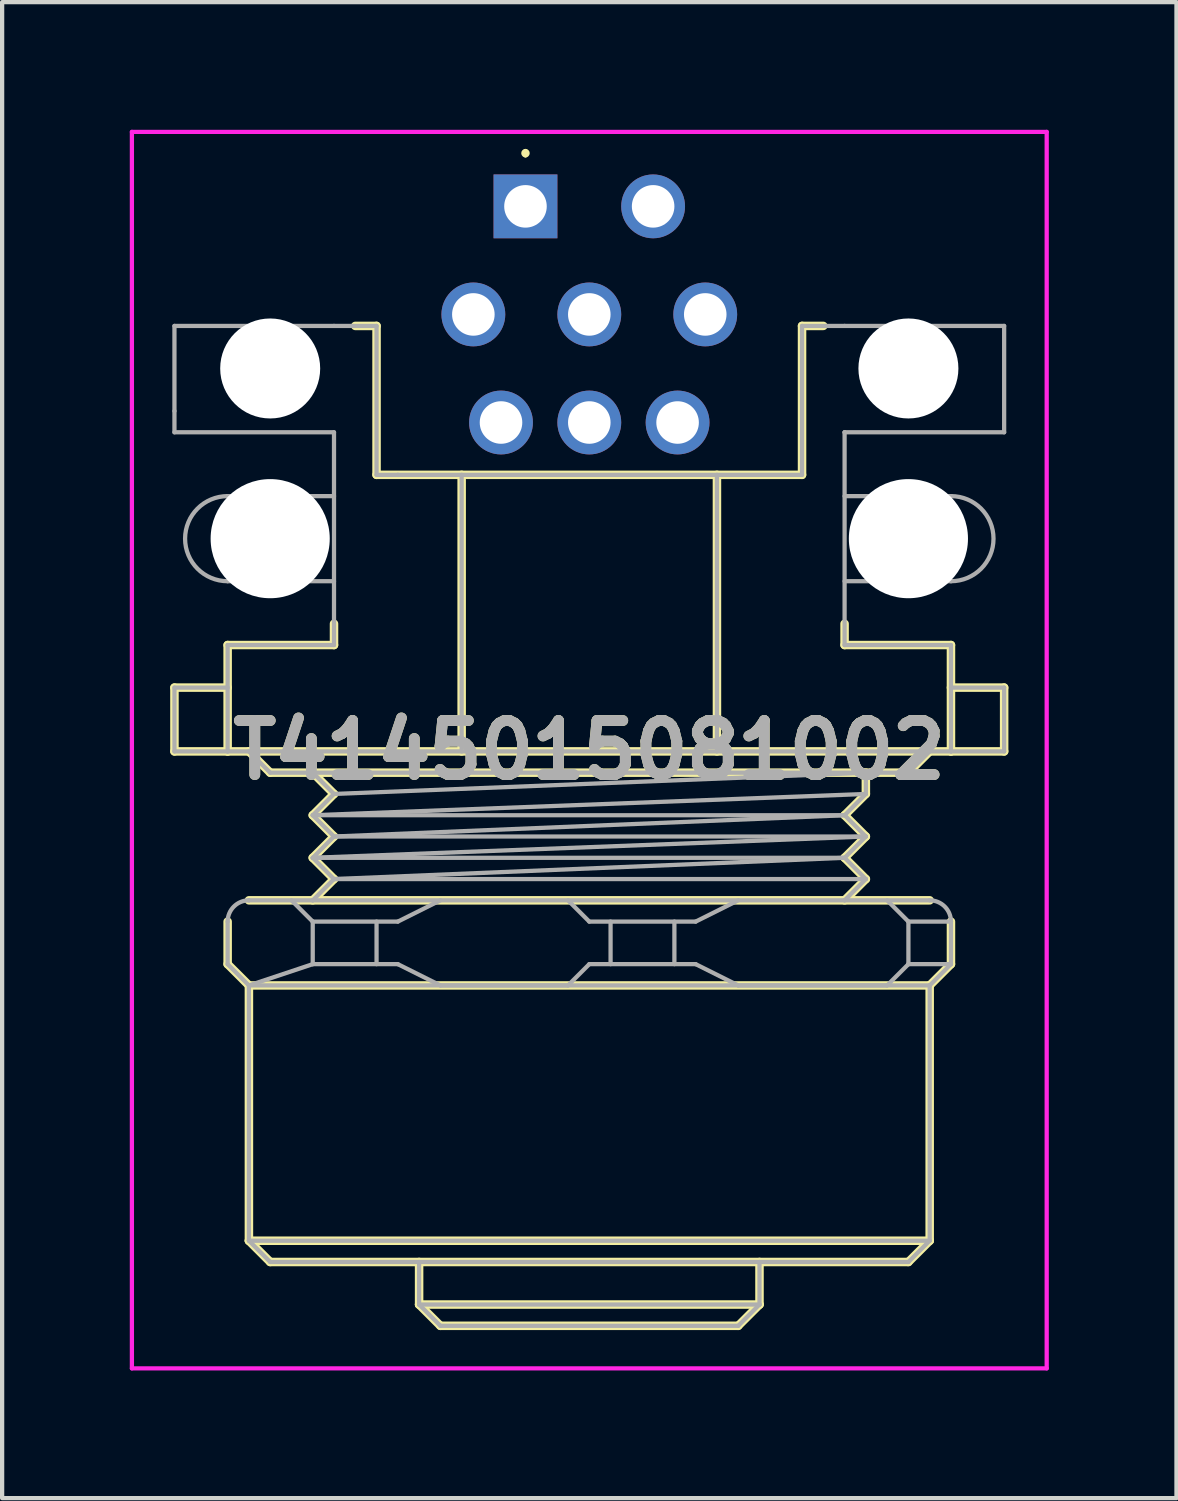
<source format=kicad_pcb>
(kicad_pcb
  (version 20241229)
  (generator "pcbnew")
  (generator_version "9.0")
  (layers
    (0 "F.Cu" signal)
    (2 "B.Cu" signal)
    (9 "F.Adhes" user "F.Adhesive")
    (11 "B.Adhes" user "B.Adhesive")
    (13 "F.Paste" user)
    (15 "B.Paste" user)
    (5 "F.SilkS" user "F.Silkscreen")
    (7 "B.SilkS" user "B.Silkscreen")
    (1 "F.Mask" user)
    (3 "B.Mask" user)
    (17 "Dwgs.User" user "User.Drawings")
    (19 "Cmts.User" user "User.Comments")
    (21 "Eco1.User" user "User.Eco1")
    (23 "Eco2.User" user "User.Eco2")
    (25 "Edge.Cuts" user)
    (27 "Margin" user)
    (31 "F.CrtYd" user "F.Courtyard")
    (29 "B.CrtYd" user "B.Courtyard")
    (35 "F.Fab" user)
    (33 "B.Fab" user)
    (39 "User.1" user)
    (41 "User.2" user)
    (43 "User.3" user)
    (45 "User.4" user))
  (footprint "T4145015081002"
    (layer "F.Cu")
    (at 9.3 1.8)
    (property "Reference" "T4145015081002" (at 1.5 12.78 0) (layer "F.SilkS") (effects (font (size 1.27 1.27) (thickness 0.254))))
    (attr through_hole)
    (fp_line (start -8.25 11.31) (end -8.25 12.81) (stroke (width 0.2) (type solid)) (layer "F.SilkS"))
    (fp_line (start -8.25 12.81) (end -7 12.81) (stroke (width 0.2) (type solid)) (layer "F.SilkS"))
    (fp_line (start -7 10.31) (end -4.5 10.31) (stroke (width 0.2) (type solid)) (layer "F.SilkS"))
    (fp_line (start -7 11.31) (end -8.25 11.31) (stroke (width 0.2) (type solid)) (layer "F.SilkS"))
    (fp_line (start -7 12.81) (end -7 10.31) (stroke (width 0.2) (type solid)) (layer "F.SilkS"))
    (fp_line (start -7 16.81) (end -7 17.81) (stroke (width 0.2) (type solid)) (layer "F.SilkS"))
    (fp_line (start -7 17.81) (end -6.5 18.31) (stroke (width 0.2) (type solid)) (layer "F.SilkS"))
    (fp_line (start -6.5 12.81) (end -6 13.31) (stroke (width 0.2) (type solid)) (layer "F.SilkS"))
    (fp_line (start -6.5 16.31) (end 9.5 16.31) (stroke (width 0.2) (type solid)) (layer "F.SilkS"))
    (fp_line (start -6.5 18.31) (end -6.5 24.31) (stroke (width 0.2) (type solid)) (layer "F.SilkS"))
    (fp_line (start -6.5 18.31) (end 9.5 18.31) (stroke (width 0.2) (type solid)) (layer "F.SilkS"))
    (fp_line (start -6.5 24.31) (end -6 24.81) (stroke (width 0.2) (type solid)) (layer "F.SilkS"))
    (fp_line (start -6.5 24.31) (end 9.5 24.31) (stroke (width 0.2) (type solid)) (layer "F.SilkS"))
    (fp_line (start -6 13.31) (end 9 13.31) (stroke (width 0.2) (type solid)) (layer "F.SilkS"))
    (fp_line (start -6 24.81) (end 9 24.81) (stroke (width 0.2) (type solid)) (layer "F.SilkS"))
    (fp_line (start -5 13.31) (end -4.5 13.81) (stroke (width 0.2) (type solid)) (layer "F.SilkS"))
    (fp_line (start -5 14.31) (end -4.5 14.81) (stroke (width 0.2) (type solid)) (layer "F.SilkS"))
    (fp_line (start -5 15.31) (end -4.5 15.81) (stroke (width 0.2) (type solid)) (layer "F.SilkS"))
    (fp_line (start -4.5 10.31) (end -4.5 9.81) (stroke (width 0.2) (type solid)) (layer "F.SilkS"))
    (fp_line (start -4.5 13.81) (end -5 14.31) (stroke (width 0.2) (type solid)) (layer "F.SilkS"))
    (fp_line (start -4.5 14.81) (end -5 15.31) (stroke (width 0.2) (type solid)) (layer "F.SilkS"))
    (fp_line (start -4.5 15.81) (end -5 16.31) (stroke (width 0.2) (type solid)) (layer "F.SilkS"))
    (fp_line (start -4 2.81) (end -3.5 2.81) (stroke (width 0.2) (type solid)) (layer "F.SilkS"))
    (fp_line (start -3.5 2.81) (end -3.5 6.31) (stroke (width 0.2) (type solid)) (layer "F.SilkS"))
    (fp_line (start -3.5 6.31) (end 6.5 6.31) (stroke (width 0.2) (type solid)) (layer "F.SilkS"))
    (fp_line (start -2.5 24.81) (end -2.5 25.81) (stroke (width 0.2) (type solid)) (layer "F.SilkS"))
    (fp_line (start -2.5 25.81) (end -2 26.31) (stroke (width 0.2) (type solid)) (layer "F.SilkS"))
    (fp_line (start -2.5 25.81) (end 5.5 25.81) (stroke (width 0.2) (type solid)) (layer "F.SilkS"))
    (fp_line (start -2 26.31) (end 5 26.31) (stroke (width 0.2) (type solid)) (layer "F.SilkS"))
    (fp_line (start -1.5 6.31) (end -1.5 12.81) (stroke (width 0.2) (type solid)) (layer "F.SilkS"))
    (fp_line (start 0 -1.3) (end 0 -1.3) (stroke (width 0.1) (type solid)) (layer "F.SilkS"))
    (fp_line (start 0 -1.2) (end 0 -1.2) (stroke (width 0.1) (type solid)) (layer "F.SilkS"))
    (fp_line (start 4.5 6.31) (end 4.5 12.81) (stroke (width 0.2) (type solid)) (layer "F.SilkS"))
    (fp_line (start 5 26.31) (end 5.5 25.81) (stroke (width 0.2) (type solid)) (layer "F.SilkS"))
    (fp_line (start 5.5 25.81) (end 5.5 24.81) (stroke (width 0.2) (type solid)) (layer "F.SilkS"))
    (fp_line (start 6.5 2.81) (end 7 2.81) (stroke (width 0.2) (type solid)) (layer "F.SilkS"))
    (fp_line (start 6.5 6.31) (end 6.5 2.81) (stroke (width 0.2) (type solid)) (layer "F.SilkS"))
    (fp_line (start 7.5 9.81) (end 7.5 10.31) (stroke (width 0.2) (type solid)) (layer "F.SilkS"))
    (fp_line (start 7.5 10.31) (end 10 10.31) (stroke (width 0.2) (type solid)) (layer "F.SilkS"))
    (fp_line (start 7.5 14.31) (end 8 14.81) (stroke (width 0.2) (type solid)) (layer "F.SilkS"))
    (fp_line (start 7.5 15.31) (end 8 15.81) (stroke (width 0.2) (type solid)) (layer "F.SilkS"))
    (fp_line (start 8 13.31) (end 8 13.81) (stroke (width 0.2) (type solid)) (layer "F.SilkS"))
    (fp_line (start 8 13.81) (end 7.5 14.31) (stroke (width 0.2) (type solid)) (layer "F.SilkS"))
    (fp_line (start 8 14.81) (end 7.5 15.31) (stroke (width 0.2) (type solid)) (layer "F.SilkS"))
    (fp_line (start 8 15.81) (end 7.5 16.31) (stroke (width 0.2) (type solid)) (layer "F.SilkS"))
    (fp_line (start 9 13.31) (end 9.5 12.81) (stroke (width 0.2) (type solid)) (layer "F.SilkS"))
    (fp_line (start 9 24.81) (end 9.5 24.31) (stroke (width 0.2) (type solid)) (layer "F.SilkS"))
    (fp_line (start 9.5 18.31) (end 10 17.81) (stroke (width 0.2) (type solid)) (layer "F.SilkS"))
    (fp_line (start 9.5 24.31) (end 9.5 18.31) (stroke (width 0.2) (type solid)) (layer "F.SilkS"))
    (fp_line (start 10 10.31) (end 10 12.81) (stroke (width 0.2) (type solid)) (layer "F.SilkS"))
    (fp_line (start 10 11.31) (end 11.25 11.31) (stroke (width 0.2) (type solid)) (layer "F.SilkS"))
    (fp_line (start 10 12.81) (end -7 12.81) (stroke (width 0.2) (type solid)) (layer "F.SilkS"))
    (fp_line (start 10 17.81) (end 10 16.81) (stroke (width 0.2) (type solid)) (layer "F.SilkS"))
    (fp_line (start 11.25 11.31) (end 11.25 12.81) (stroke (width 0.2) (type solid)) (layer "F.SilkS"))
    (fp_line (start 11.25 12.81) (end 10 12.81) (stroke (width 0.2) (type solid)) (layer "F.SilkS"))
    (fp_arc (start 0 -1.3) (mid 0.05 -1.25) (end 0 -1.2) (stroke (width 0.1) (type solid)) (layer "F.SilkS"))
    (fp_arc (start 0 -1.2) (mid -0.05 -1.25) (end 0 -1.3) (stroke (width 0.1) (type solid)) (layer "F.SilkS"))
    (fp_line (start -9.25 -1.75) (end 12.25 -1.75) (stroke (width 0.1) (type solid)) (layer "F.CrtYd"))
    (fp_line (start -9.25 27.31) (end -9.25 -1.75) (stroke (width 0.1) (type solid)) (layer "F.CrtYd"))
    (fp_line (start 12.25 -1.75) (end 12.25 27.31) (stroke (width 0.1) (type solid)) (layer "F.CrtYd"))
    (fp_line (start 12.25 27.31) (end -9.25 27.31) (stroke (width 0.1) (type solid)) (layer "F.CrtYd"))
    (fp_line (start -8.25 2.81) (end -8.25 4.81) (stroke (width 0.1) (type solid)) (layer "F.Fab"))
    (fp_line (start -8.25 4.81) (end -8.25 5.31) (stroke (width 0.1) (type solid)) (layer "F.Fab"))
    (fp_line (start -8.25 5.31) (end -4.5 5.31) (stroke (width 0.1) (type solid)) (layer "F.Fab"))
    (fp_line (start -8.25 11.31) (end -8.25 12.81) (stroke (width 0.1) (type solid)) (layer "F.Fab"))
    (fp_line (start -8.25 12.81) (end -7 12.81) (stroke (width 0.1) (type solid)) (layer "F.Fab"))
    (fp_line (start -7 6.81) (end -7 6.81) (stroke (width 0.1) (type solid)) (layer "F.Fab"))
    (fp_line (start -7 8.81) (end -4.5 8.81) (stroke (width 0.1) (type solid)) (layer "F.Fab"))
    (fp_line (start -7 10.31) (end -7 12.81) (stroke (width 0.1) (type solid)) (layer "F.Fab"))
    (fp_line (start -7 11.31) (end -8.25 11.31) (stroke (width 0.1) (type solid)) (layer "F.Fab"))
    (fp_line (start -7 12.81) (end 10 12.81) (stroke (width 0.1) (type solid)) (layer "F.Fab"))
    (fp_line (start -7 16.81) (end -7 17.81) (stroke (width 0.1) (type solid)) (layer "F.Fab"))
    (fp_line (start -7 17.81) (end -6.5 18.31) (stroke (width 0.1) (type solid)) (layer "F.Fab"))
    (fp_line (start -6.5 12.81) (end -6 13.31) (stroke (width 0.1) (type solid)) (layer "F.Fab"))
    (fp_line (start -6.5 16.31) (end -6.5 16.31) (stroke (width 0.1) (type solid)) (layer "F.Fab"))
    (fp_line (start -6.5 18.31) (end -6.5 24.31) (stroke (width 0.1) (type solid)) (layer "F.Fab"))
    (fp_line (start -6.5 18.31) (end 9.5 18.31) (stroke (width 0.1) (type solid)) (layer "F.Fab"))
    (fp_line (start -6.5 24.31) (end -6 24.81) (stroke (width 0.1) (type solid)) (layer "F.Fab"))
    (fp_line (start -6.5 24.31) (end 9.5 24.31) (stroke (width 0.1) (type solid)) (layer "F.Fab"))
    (fp_line (start -6 13.31) (end 9 13.31) (stroke (width 0.1) (type solid)) (layer "F.Fab"))
    (fp_line (start -6 24.81) (end 9 24.81) (stroke (width 0.1) (type solid)) (layer "F.Fab"))
    (fp_line (start -5.5 16.31) (end -5 16.81) (stroke (width 0.1) (type solid)) (layer "F.Fab"))
    (fp_line (start -5 13.31) (end -4.5 13.81) (stroke (width 0.1) (type solid)) (layer "F.Fab"))
    (fp_line (start -5 14.31) (end -4.5 14.81) (stroke (width 0.1) (type solid)) (layer "F.Fab"))
    (fp_line (start -5 14.31) (end 7.5 14.31) (stroke (width 0.1) (type solid)) (layer "F.Fab"))
    (fp_line (start -5 15.31) (end -4.5 15.81) (stroke (width 0.1) (type solid)) (layer "F.Fab"))
    (fp_line (start -5 15.31) (end 7.5 15.31) (stroke (width 0.1) (type solid)) (layer "F.Fab"))
    (fp_line (start -5 16.31) (end -6.5 16.31) (stroke (width 0.1) (type solid)) (layer "F.Fab"))
    (fp_line (start -5 16.31) (end 7.5 16.31) (stroke (width 0.1) (type solid)) (layer "F.Fab"))
    (fp_line (start -5 16.81) (end -3 16.81) (stroke (width 0.1) (type solid)) (layer "F.Fab"))
    (fp_line (start -5 17.81) (end -6.5 18.31) (stroke (width 0.1) (type solid)) (layer "F.Fab"))
    (fp_line (start -5 17.81) (end -5 16.81) (stroke (width 0.1) (type solid)) (layer "F.Fab"))
    (fp_line (start -4.5 2.81) (end -8.25 2.81) (stroke (width 0.1) (type solid)) (layer "F.Fab"))
    (fp_line (start -4.5 5.31) (end -4.5 10.31) (stroke (width 0.1) (type solid)) (layer "F.Fab"))
    (fp_line (start -4.5 6.81) (end -7 6.81) (stroke (width 0.1) (type solid)) (layer "F.Fab"))
    (fp_line (start -4.5 10.31) (end -7 10.31) (stroke (width 0.1) (type solid)) (layer "F.Fab"))
    (fp_line (start -4.5 13.81) (end -5 14.31) (stroke (width 0.1) (type solid)) (layer "F.Fab"))
    (fp_line (start -4.5 13.81) (end 8 13.31) (stroke (width 0.1) (type solid)) (layer "F.Fab"))
    (fp_line (start -4.5 14.81) (end -5 15.31) (stroke (width 0.1) (type solid)) (layer "F.Fab"))
    (fp_line (start -4.5 14.81) (end 8 14.81) (stroke (width 0.1) (type solid)) (layer "F.Fab"))
    (fp_line (start -4.5 15.81) (end -5 16.31) (stroke (width 0.1) (type solid)) (layer "F.Fab"))
    (fp_line (start -4.5 15.81) (end 8 15.81) (stroke (width 0.1) (type solid)) (layer "F.Fab"))
    (fp_line (start -3.5 2.81) (end -4.5 2.81) (stroke (width 0.1) (type solid)) (layer "F.Fab"))
    (fp_line (start -3.5 6.31) (end -3.5 2.81) (stroke (width 0.1) (type solid)) (layer "F.Fab"))
    (fp_line (start -3.5 17.81) (end -3.5 16.81) (stroke (width 0.1) (type solid)) (layer "F.Fab"))
    (fp_line (start -3 6.31) (end -3.5 6.31) (stroke (width 0.1) (type solid)) (layer "F.Fab"))
    (fp_line (start -3 16.81) (end -2 16.31) (stroke (width 0.1) (type solid)) (layer "F.Fab"))
    (fp_line (start -3 17.81) (end -5 17.81) (stroke (width 0.1) (type solid)) (layer "F.Fab"))
    (fp_line (start -2.5 24.81) (end -2.5 25.81) (stroke (width 0.1) (type solid)) (layer "F.Fab"))
    (fp_line (start -2.5 25.81) (end -2 26.31) (stroke (width 0.1) (type solid)) (layer "F.Fab"))
    (fp_line (start -2.5 25.81) (end 5.5 25.81) (stroke (width 0.1) (type solid)) (layer "F.Fab"))
    (fp_line (start -2 18.31) (end -3 17.81) (stroke (width 0.1) (type solid)) (layer "F.Fab"))
    (fp_line (start -2 26.31) (end 5 26.31) (stroke (width 0.1) (type solid)) (layer "F.Fab"))
    (fp_line (start -1.5 6.31) (end -1.5 12.81) (stroke (width 0.1) (type solid)) (layer "F.Fab"))
    (fp_line (start 1 16.31) (end 1.5 16.81) (stroke (width 0.1) (type solid)) (layer "F.Fab"))
    (fp_line (start 1 18.31) (end -2 18.31) (stroke (width 0.1) (type solid)) (layer "F.Fab"))
    (fp_line (start 1.5 16.81) (end 4 16.81) (stroke (width 0.1) (type solid)) (layer "F.Fab"))
    (fp_line (start 1.5 17.81) (end 1 18.31) (stroke (width 0.1) (type solid)) (layer "F.Fab"))
    (fp_line (start 2 17.81) (end 2 16.81) (stroke (width 0.1) (type solid)) (layer "F.Fab"))
    (fp_line (start 3.5 17.81) (end 3.5 16.81) (stroke (width 0.1) (type solid)) (layer "F.Fab"))
    (fp_line (start 4 16.81) (end 5 16.31) (stroke (width 0.1) (type solid)) (layer "F.Fab"))
    (fp_line (start 4 17.81) (end 1.5 17.81) (stroke (width 0.1) (type solid)) (layer "F.Fab"))
    (fp_line (start 4.5 6.31) (end 4.5 12.81) (stroke (width 0.1) (type solid)) (layer "F.Fab"))
    (fp_line (start 5 18.31) (end 4 17.81) (stroke (width 0.1) (type solid)) (layer "F.Fab"))
    (fp_line (start 5 26.31) (end 5.5 25.81) (stroke (width 0.1) (type solid)) (layer "F.Fab"))
    (fp_line (start 5.5 25.81) (end 5.5 24.81) (stroke (width 0.1) (type solid)) (layer "F.Fab"))
    (fp_line (start 5.5 25.81) (end 5.5 25.81) (stroke (width 0.1) (type solid)) (layer "F.Fab"))
    (fp_line (start 6.5 2.81) (end 6.5 6.31) (stroke (width 0.1) (type solid)) (layer "F.Fab"))
    (fp_line (start 6.5 6.31) (end -3 6.31) (stroke (width 0.1) (type solid)) (layer "F.Fab"))
    (fp_line (start 7.5 2.81) (end 6.5 2.81) (stroke (width 0.1) (type solid)) (layer "F.Fab"))
    (fp_line (start 7.5 5.31) (end 7.5 5.31) (stroke (width 0.1) (type solid)) (layer "F.Fab"))
    (fp_line (start 7.5 5.31) (end 11.25 5.31) (stroke (width 0.1) (type solid)) (layer "F.Fab"))
    (fp_line (start 7.5 6.81) (end 10 6.81) (stroke (width 0.1) (type solid)) (layer "F.Fab"))
    (fp_line (start 7.5 10.31) (end 7.5 5.31) (stroke (width 0.1) (type solid)) (layer "F.Fab"))
    (fp_line (start 7.5 14.31) (end -4.5 14.81) (stroke (width 0.1) (type solid)) (layer "F.Fab"))
    (fp_line (start 7.5 14.31) (end 8 14.81) (stroke (width 0.1) (type solid)) (layer "F.Fab"))
    (fp_line (start 7.5 15.31) (end -4.5 15.81) (stroke (width 0.1) (type solid)) (layer "F.Fab"))
    (fp_line (start 7.5 15.31) (end 8 15.81) (stroke (width 0.1) (type solid)) (layer "F.Fab"))
    (fp_line (start 8 13.31) (end 8 13.81) (stroke (width 0.1) (type solid)) (layer "F.Fab"))
    (fp_line (start 8 13.81) (end -5 14.31) (stroke (width 0.1) (type solid)) (layer "F.Fab"))
    (fp_line (start 8 13.81) (end 7.5 14.31) (stroke (width 0.1) (type solid)) (layer "F.Fab"))
    (fp_line (start 8 14.81) (end -5 15.31) (stroke (width 0.1) (type solid)) (layer "F.Fab"))
    (fp_line (start 8 14.81) (end 7.5 15.31) (stroke (width 0.1) (type solid)) (layer "F.Fab"))
    (fp_line (start 8 15.81) (end 7.5 16.31) (stroke (width 0.1) (type solid)) (layer "F.Fab"))
    (fp_line (start 8.5 16.31) (end 9 16.81) (stroke (width 0.1) (type solid)) (layer "F.Fab"))
    (fp_line (start 8.5 18.31) (end 5 18.31) (stroke (width 0.1) (type solid)) (layer "F.Fab"))
    (fp_line (start 9 13.31) (end 9.5 12.81) (stroke (width 0.1) (type solid)) (layer "F.Fab"))
    (fp_line (start 9 16.81) (end 10 16.81) (stroke (width 0.1) (type solid)) (layer "F.Fab"))
    (fp_line (start 9 17.81) (end 8.5 18.31) (stroke (width 0.1) (type solid)) (layer "F.Fab"))
    (fp_line (start 9 17.81) (end 9 16.81) (stroke (width 0.1) (type solid)) (layer "F.Fab"))
    (fp_line (start 9 17.81) (end 9 17.81) (stroke (width 0.1) (type solid)) (layer "F.Fab"))
    (fp_line (start 9 24.81) (end 9.5 24.31) (stroke (width 0.1) (type solid)) (layer "F.Fab"))
    (fp_line (start 9.5 16.31) (end 7.5 16.31) (stroke (width 0.1) (type solid)) (layer "F.Fab"))
    (fp_line (start 9.5 18.31) (end 10 17.81) (stroke (width 0.1) (type solid)) (layer "F.Fab"))
    (fp_line (start 9.5 24.31) (end 9.5 18.31) (stroke (width 0.1) (type solid)) (layer "F.Fab"))
    (fp_line (start 10 6.81) (end 10 6.81) (stroke (width 0.1) (type solid)) (layer "F.Fab"))
    (fp_line (start 10 8.81) (end 7.5 8.81) (stroke (width 0.1) (type solid)) (layer "F.Fab"))
    (fp_line (start 10 10.31) (end 7.5 10.31) (stroke (width 0.1) (type solid)) (layer "F.Fab"))
    (fp_line (start 10 11.31) (end 11.25 11.31) (stroke (width 0.1) (type solid)) (layer "F.Fab"))
    (fp_line (start 10 12.81) (end 10 10.31) (stroke (width 0.1) (type solid)) (layer "F.Fab"))
    (fp_line (start 10 16.81) (end 10 16.81) (stroke (width 0.1) (type solid)) (layer "F.Fab"))
    (fp_line (start 10 17.81) (end 9 17.81) (stroke (width 0.1) (type solid)) (layer "F.Fab"))
    (fp_line (start 10 17.81) (end 10 16.81) (stroke (width 0.1) (type solid)) (layer "F.Fab"))
    (fp_line (start 11.25 2.81) (end 7.5 2.81) (stroke (width 0.1) (type solid)) (layer "F.Fab"))
    (fp_line (start 11.25 5.31) (end 11.25 2.81) (stroke (width 0.1) (type solid)) (layer "F.Fab"))
    (fp_line (start 11.25 11.31) (end 11.25 12.81) (stroke (width 0.1) (type solid)) (layer "F.Fab"))
    (fp_line (start 11.25 12.81) (end 10 12.81) (stroke (width 0.1) (type solid)) (layer "F.Fab"))
    (fp_arc (start -7 8.81) (mid -8 7.81) (end -7 6.81) (stroke (width 0.1) (type solid)) (layer "F.Fab"))
    (fp_arc (start -7 16.81) (mid -6.853553 16.456447) (end -6.5 16.31) (stroke (width 0.1) (type solid)) (layer "F.Fab"))
    (fp_arc (start 9.5 16.31) (mid 9.853553 16.456447) (end 10 16.81) (stroke (width 0.1) (type solid)) (layer "F.Fab"))
    (fp_arc (start 10 6.81) (mid 11 7.81) (end 10 8.81) (stroke (width 0.1) (type solid)) (layer "F.Fab"))
    (fp_text user "${REFERENCE}" (at 1.5 12.78 0) (layer "F.Fab") (effects (font (size 1.27 1.27) (thickness 0.254))))
    (pad "" np_thru_hole circle (at -6 3.81) (size 2.35 2.35) (drill 2.35) (layers "*.Cu" "*.Mask"))
    (pad "" np_thru_hole circle (at -6 7.81) (size 2.8 2.8) (drill 2.8) (layers "*.Cu" "*.Mask"))
    (pad "" np_thru_hole circle (at 9 3.81) (size 2.35 2.35) (drill 2.35) (layers "*.Cu" "*.Mask"))
    (pad "" np_thru_hole circle (at 9 7.81) (size 2.8 2.8) (drill 2.8) (layers "*.Cu" "*.Mask"))
    (pad "1" thru_hole rect (at 0 0) (size 1.5 1.5) (drill 1) (layers "*.Cu" "*.Mask"))
    (pad "2" thru_hole circle (at 3 0) (size 1.5 1.5) (drill 1) (layers "*.Cu" "*.Mask"))
    (pad "3" thru_hole circle (at 4.225 2.54) (size 1.5 1.5) (drill 1) (layers "*.Cu" "*.Mask"))
    (pad "4" thru_hole circle (at 3.575 5.08) (size 1.5 1.5) (drill 1) (layers "*.Cu" "*.Mask"))
    (pad "5" thru_hole circle (at 1.5 5.08) (size 1.5 1.5) (drill 1) (layers "*.Cu" "*.Mask"))
    (pad "6" thru_hole circle (at -0.575 5.08) (size 1.5 1.5) (drill 1) (layers "*.Cu" "*.Mask"))
    (pad "7" thru_hole circle (at -1.225 2.54) (size 1.5 1.5) (drill 1) (layers "*.Cu" "*.Mask"))
    (pad "8" thru_hole circle (at 1.5 2.54) (size 1.5 1.5) (drill 1) (layers "*.Cu" "*.Mask")))
  (gr_rect
    (start -3 -3)
    (end 24.6 32.16)
    (stroke (width 0.1) (type default))
    (fill no)
    (layer "Edge.Cuts")))
</source>
